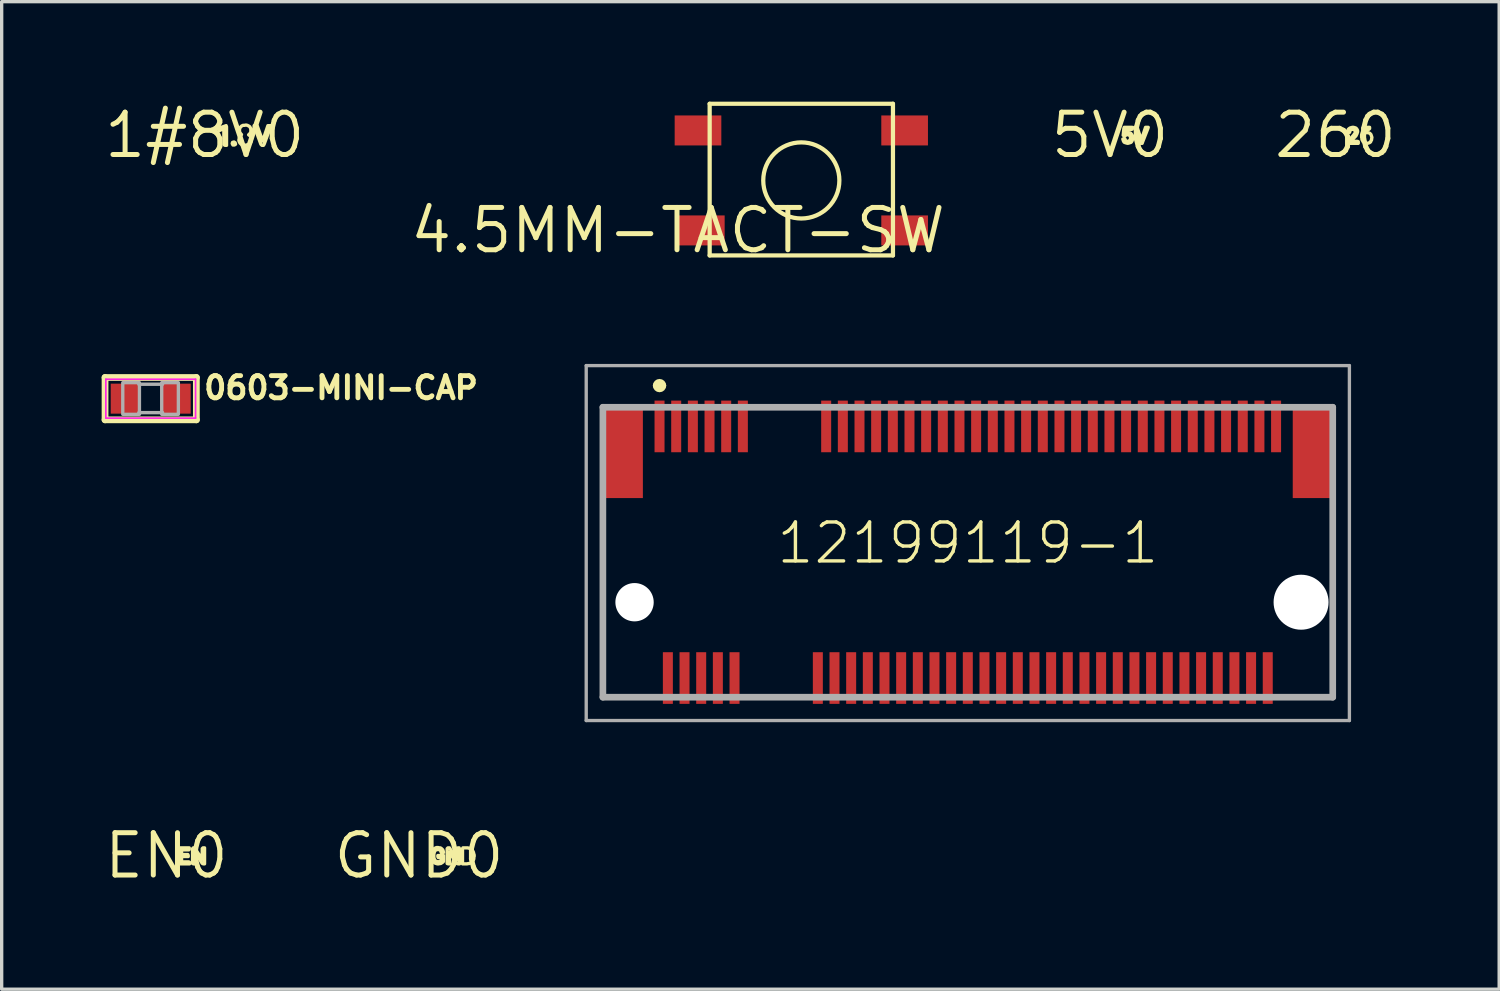
<source format=kicad_pcb>
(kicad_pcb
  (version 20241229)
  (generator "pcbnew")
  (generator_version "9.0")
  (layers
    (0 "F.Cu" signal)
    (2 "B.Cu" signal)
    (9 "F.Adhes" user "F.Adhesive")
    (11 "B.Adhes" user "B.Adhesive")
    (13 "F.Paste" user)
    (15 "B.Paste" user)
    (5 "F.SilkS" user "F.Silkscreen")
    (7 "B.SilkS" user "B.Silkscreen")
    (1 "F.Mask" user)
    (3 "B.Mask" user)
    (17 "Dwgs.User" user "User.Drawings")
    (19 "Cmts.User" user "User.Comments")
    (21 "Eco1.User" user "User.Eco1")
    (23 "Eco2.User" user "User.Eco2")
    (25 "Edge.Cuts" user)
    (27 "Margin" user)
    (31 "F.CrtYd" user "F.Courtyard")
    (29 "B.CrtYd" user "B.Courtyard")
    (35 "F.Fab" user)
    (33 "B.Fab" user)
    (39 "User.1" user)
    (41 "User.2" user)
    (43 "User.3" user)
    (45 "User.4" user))
  (footprint "4.5MM-TACT-SW"
    (layer "F.Cu")
    (at 17.294 3.864)
    (property "Reference" "4.5MM-TACT-SW" (at 0 0 0) (layer "F.SilkS") (effects (font (size 1.27 1.27) (thickness 0.15))))
    (fp_line (start 0.95 -3.8) (end 0.95 0.75) (stroke (width 0.127) (type solid)) (layer "F.SilkS"))
    (fp_line (start 0.95 -3.8) (end 6.45 -3.8) (stroke (width 0.127) (type solid)) (layer "F.SilkS"))
    (fp_line (start 0.95 0.75) (end 6.45 0.75) (stroke (width 0.127) (type solid)) (layer "F.SilkS"))
    (fp_line (start 6.45 -3.8) (end 6.45 0.75) (stroke (width 0.127) (type solid)) (layer "F.SilkS"))
    (fp_circle (center 3.7 -1.5) (end 4.842 -1.5) (stroke (width 0.127) (type solid)) (fill no) (layer "F.SilkS"))
    (pad "P1" smd rect (at 0.7 0) (size 1.4 0.9) (layers "F.Cu" "F.Mask" "F.Paste"))
    (pad "P2" smd rect (at 6.8 0) (size 1.4 0.9) (layers "F.Cu" "F.Mask" "F.Paste"))
    (pad "P3" smd rect (at 0.6 -3) (size 1.4 0.9) (layers "F.Cu" "F.Mask" "F.Paste"))
    (pad "P4" smd rect (at 6.8 -3) (size 1.4 0.9) (layers "F.Cu" "F.Mask" "F.Paste")))
  (footprint "5V0"
    (layer "F.Cu")
    (at 30.257 1.006)
    (property "Reference" "5V0" (at 0 0 0) (layer "F.SilkS") (effects (font (size 1.27 1.27) (thickness 0.15))))
    (fp_poly (pts (xy 0.94 0.144) (xy 1.066 -0.235) (xy 1.147 -0.235) (xy 1.135 -0.198) (xy 0.975 0.212) (xy 0.964 0.245) (xy 0.918 0.245) (xy 0.896 0.223) (xy 0.733 -0.235) (xy 0.814 -0.235)) (stroke (width 0.1) (type solid)) (fill no) (layer "F.SilkS"))
    (fp_poly (pts (xy 0.665 -0.188) (xy 0.652 -0.175) (xy 0.485 -0.175) (xy 0.475 -0.07) (xy 0.475 -0.067) (xy 0.499 -0.075) (xy 0.571 -0.075) (xy 0.613 -0.065) (xy 0.634 -0.043) (xy 0.675 0.018) (xy 0.685 0.049) (xy 0.685 0.091) (xy 0.675 0.121) (xy 0.665 0.162) (xy 0.654 0.183) (xy 0.633 0.214) (xy 0.602 0.225) (xy 0.571 0.235) (xy 0.53 0.245) (xy 0.489 0.235) (xy 0.458 0.225) (xy 0.427 0.214) (xy 0.405 0.182) (xy 0.395 0.152) (xy 0.384 0.117) (xy 0.409 0.105) (xy 0.444 0.105) (xy 0.455 0.138) (xy 0.474 0.166) (xy 0.502 0.185) (xy 0.529 0.185) (xy 0.567 0.175) (xy 0.605 0.137) (xy 0.615 0.099) (xy 0.615 0.061) (xy 0.605 0.032) (xy 0.587 0.004) (xy 0.529 -0.015) (xy 0.492 -0.015) (xy 0.473 0.004) (xy 0.44 0.015) (xy 0.395 0.004) (xy 0.415 -0.201) (xy 0.426 -0.235) (xy 0.665 -0.235)) (stroke (width 0.1) (type solid)) (fill no) (layer "F.SilkS")))
  (footprint "0603-MINI-CAP"
    (layer "F.Cu")
    (at 1.472 8.912)
    (property "Reference" "0603-MINI-CAP" (at 1.524 0.064 0) (layer "F.SilkS") (effects (font (size 0.666 0.666) (thickness 0.146)) (justify left bottom)))
    (fp_line (start -1.37 -0.635) (end 1.37 -0.635) (stroke (width 0.203) (type solid)) (layer "F.SilkS"))
    (fp_line (start -1.37 0.635) (end -1.37 -0.635) (stroke (width 0.203) (type solid)) (layer "F.SilkS"))
    (fp_line (start 1.37 -0.635) (end 1.37 0.635) (stroke (width 0.203) (type solid)) (layer "F.SilkS"))
    (fp_line (start 1.37 0.635) (end -1.37 0.635) (stroke (width 0.203) (type solid)) (layer "F.SilkS"))
    (fp_line (start -1.346 -0.583) (end 1.346 -0.583) (stroke (width 0.051) (type solid)) (layer "F.CrtYd"))
    (fp_line (start -1.346 0.583) (end -1.346 -0.583) (stroke (width 0.051) (type solid)) (layer "F.CrtYd"))
    (fp_line (start 1.346 -0.583) (end 1.346 0.583) (stroke (width 0.051) (type solid)) (layer "F.CrtYd"))
    (fp_line (start 1.346 0.583) (end -1.346 0.583) (stroke (width 0.051) (type solid)) (layer "F.CrtYd"))
    (fp_line (start -0.356 -0.432) (end 0.356 -0.432) (stroke (width 0.102) (type solid)) (layer "F.Fab"))
    (fp_line (start -0.356 0.419) (end 0.356 0.419) (stroke (width 0.102) (type solid)) (layer "F.Fab"))
    (fp_poly (pts (xy -0.838 0.47) (xy -0.338 0.47) (xy -0.338 -0.48) (xy -0.838 -0.48)) (stroke (width 0.1) (type solid)) (fill no) (layer "F.Fab"))
    (fp_poly (pts (xy 0.33 0.47) (xy 0.83 0.47) (xy 0.83 -0.48) (xy 0.33 -0.48)) (stroke (width 0.1) (type solid)) (fill no) (layer "F.Fab"))
    (pad "1" smd rect (at -0.75 0) (size 0.9 0.9) (layers "F.Cu" "F.Mask" "F.Paste"))
    (pad "2" smd rect (at 0.75 0) (size 0.9 0.9) (layers "F.Cu" "F.Mask" "F.Paste")))
  (footprint "GND0"
    (layer "F.Cu")
    (at 9.523 22.626)
    (property "Reference" "GND0" (at 0 0 0) (layer "F.SilkS") (effects (font (size 1.27 1.27) (thickness 0.15))))
    (fp_poly (pts (xy 0.934 -0.203) (xy 1.134 0.107) (xy 1.145 0.118) (xy 1.145 -0.212) (xy 1.168 -0.235) (xy 1.204 -0.235) (xy 1.215 -0.201) (xy 1.215 0.245) (xy 1.179 0.245) (xy 1.137 0.234) (xy 0.919 -0.102) (xy 0.915 -0.098) (xy 0.915 0.245) (xy 0.879 0.245) (xy 0.845 0.234) (xy 0.845 -0.212) (xy 0.868 -0.235) (xy 0.913 -0.235)) (stroke (width 0.1) (type solid)) (fill no) (layer "F.SilkS"))
    (fp_poly (pts (xy 1.501 -0.225) (xy 1.527 -0.216) (xy 1.528 -0.218) (xy 1.532 -0.215) (xy 1.537 -0.213) (xy 1.536 -0.212) (xy 1.563 -0.194) (xy 1.584 -0.174) (xy 1.604 -0.153) (xy 1.625 -0.122) (xy 1.635 -0.091) (xy 1.645 -0.051) (xy 1.655 -0.021) (xy 1.655 0.021) (xy 1.645 0.051) (xy 1.645 0.091) (xy 1.635 0.122) (xy 1.614 0.153) (xy 1.594 0.173) (xy 1.573 0.204) (xy 1.542 0.215) (xy 1.512 0.235) (xy 1.481 0.235) (xy 1.441 0.245) (xy 1.305 0.245) (xy 1.305 -0.211) (xy 1.317 -0.235) (xy 1.461 -0.235)) (stroke (width 0.1) (type solid)) (fill no) (layer "F.SilkS"))
    (fp_poly (pts (xy 0.611 -0.235) (xy 0.642 -0.235) (xy 0.673 -0.214) (xy 0.694 -0.194) (xy 0.714 -0.173) (xy 0.725 -0.141) (xy 0.736 -0.097) (xy 0.711 -0.085) (xy 0.666 -0.096) (xy 0.646 -0.157) (xy 0.618 -0.175) (xy 0.589 -0.185) (xy 0.551 -0.185) (xy 0.493 -0.166) (xy 0.474 -0.137) (xy 0.465 -0.118) (xy 0.455 -0.089) (xy 0.445 -0.049) (xy 0.445 0.059) (xy 0.465 0.118) (xy 0.484 0.146) (xy 0.512 0.165) (xy 0.57 0.185) (xy 0.609 0.175) (xy 0.638 0.175) (xy 0.665 0.157) (xy 0.665 0.063) (xy 0.649 0.055) (xy 0.577 0.055) (xy 0.565 0.031) (xy 0.565 -0.005) (xy 0.735 -0.005) (xy 0.735 0.172) (xy 0.713 0.194) (xy 0.652 0.235) (xy 0.621 0.235) (xy 0.591 0.245) (xy 0.549 0.245) (xy 0.518 0.235) (xy 0.488 0.225) (xy 0.457 0.204) (xy 0.426 0.184) (xy 0.405 0.152) (xy 0.395 0.122) (xy 0.385 0.092) (xy 0.375 0.061) (xy 0.375 -0.081) (xy 0.385 -0.121) (xy 0.396 -0.153) (xy 0.416 -0.173) (xy 0.437 -0.204) (xy 0.468 -0.215) (xy 0.498 -0.235) (xy 0.529 -0.245) (xy 0.571 -0.245)) (stroke (width 0.1) (type solid)) (fill no) (layer "F.SilkS")))
  (footprint "260"
    (layer "F.Cu")
    (at 37.021 1.006)
    (property "Reference" "260" (at 0 0 0) (layer "F.SilkS") (effects (font (size 1.27 1.27) (thickness 0.15))))
    (fp_poly (pts (xy 0.581 -0.225) (xy 0.613 -0.214) (xy 0.634 -0.193) (xy 0.655 -0.162) (xy 0.665 -0.131) (xy 0.665 -0.099) (xy 0.655 -0.068) (xy 0.645 -0.038) (xy 0.614 0.023) (xy 0.584 0.054) (xy 0.465 0.172) (xy 0.465 0.185) (xy 0.661 0.185) (xy 0.685 0.197) (xy 0.685 0.245) (xy 0.375 0.245) (xy 0.375 0.199) (xy 0.386 0.177) (xy 0.546 -0.003) (xy 0.566 -0.033) (xy 0.585 -0.053) (xy 0.595 -0.091) (xy 0.595 -0.118) (xy 0.576 -0.147) (xy 0.557 -0.166) (xy 0.529 -0.175) (xy 0.491 -0.175) (xy 0.463 -0.166) (xy 0.444 -0.147) (xy 0.424 -0.085) (xy 0.377 -0.085) (xy 0.365 -0.11) (xy 0.375 -0.142) (xy 0.386 -0.173) (xy 0.407 -0.194) (xy 0.438 -0.215) (xy 0.469 -0.225) (xy 0.509 -0.235) (xy 0.541 -0.235)) (stroke (width 0.1) (type solid)) (fill no) (layer "F.SilkS"))
    (fp_poly (pts (xy 1.025 -0.198) (xy 1.002 -0.175) (xy 0.971 -0.175) (xy 0.942 -0.165) (xy 0.913 -0.146) (xy 0.894 -0.127) (xy 0.875 -0.098) (xy 0.865 -0.069) (xy 0.858 -0.041) (xy 0.877 -0.054) (xy 0.908 -0.075) (xy 0.981 -0.075) (xy 1.012 -0.065) (xy 1.033 -0.054) (xy 1.064 -0.023) (xy 1.075 0.008) (xy 1.085 0.038) (xy 1.095 0.07) (xy 1.085 0.111) (xy 1.085 0.142) (xy 1.065 0.172) (xy 1.054 0.203) (xy 1.022 0.225) (xy 0.992 0.235) (xy 0.961 0.245) (xy 0.919 0.245) (xy 0.888 0.235) (xy 0.857 0.214) (xy 0.826 0.193) (xy 0.815 0.162) (xy 0.795 0.132) (xy 0.795 0.101) (xy 0.785 0.061) (xy 0.785 -0.011) (xy 0.795 -0.051) (xy 0.805 -0.082) (xy 0.815 -0.112) (xy 0.826 -0.143) (xy 0.846 -0.163) (xy 0.867 -0.194) (xy 0.898 -0.205) (xy 0.928 -0.225) (xy 0.959 -0.235) (xy 1.025 -0.235)) (stroke (width 0.1) (type solid)) (fill no) (layer "F.SilkS")))
  (footprint "EN0"
    (layer "F.Cu")
    (at 1.943 22.626)
    (property "Reference" "EN0" (at 0 0 0) (layer "F.SilkS") (effects (font (size 1.27 1.27) (thickness 0.15))))
    (fp_poly (pts (xy 0.864 -0.203) (xy 1.074 0.107) (xy 1.075 0.109) (xy 1.075 -0.212) (xy 1.098 -0.235) (xy 1.145 -0.235) (xy 1.145 0.245) (xy 1.109 0.245) (xy 1.077 0.234) (xy 0.859 -0.102) (xy 0.855 -0.098) (xy 0.855 0.245) (xy 0.809 0.245) (xy 0.785 0.233) (xy 0.785 -0.212) (xy 0.808 -0.235) (xy 0.843 -0.235)) (stroke (width 0.1) (type solid)) (fill no) (layer "F.SilkS"))
    (fp_poly (pts (xy 0.685 -0.188) (xy 0.672 -0.175) (xy 0.464 -0.175) (xy 0.455 -0.149) (xy 0.455 -0.052) (xy 0.472 -0.035) (xy 0.643 -0.035) (xy 0.655 -0.011) (xy 0.655 0.025) (xy 0.481 0.025) (xy 0.455 0.034) (xy 0.455 0.158) (xy 0.473 0.185) (xy 0.671 0.185) (xy 0.695 0.197) (xy 0.695 0.245) (xy 0.419 0.245) (xy 0.385 0.234) (xy 0.385 -0.212) (xy 0.408 -0.235) (xy 0.685 -0.235)) (stroke (width 0.1) (type solid)) (fill no) (layer "F.SilkS")))
  (footprint "1#8V0"
    (layer "F.Cu")
    (at 3.092 1.006)
    (property "Reference" "1#8V0" (at 0 0 0) (layer "F.SilkS") (effects (font (size 1.27 1.27) (thickness 0.15))))
    (fp_poly (pts (xy 0.914 0.227) (xy 0.926 0.272) (xy 0.892 0.295) (xy 0.847 0.295) (xy 0.825 0.25) (xy 0.836 0.216) (xy 0.881 0.205)) (stroke (width 0.1) (type solid)) (fill no) (layer "F.SilkS"))
    (fp_poly (pts (xy 0.655 -0.251) (xy 0.655 0.305) (xy 0.608 0.305) (xy 0.575 0.283) (xy 0.575 -0.176) (xy 0.55 -0.185) (xy 0.425 -0.133) (xy 0.425 -0.181) (xy 0.436 -0.214) (xy 0.643 -0.286)) (stroke (width 0.1) (type solid)) (fill no) (layer "F.SilkS"))
    (fp_poly (pts (xy 1.74 0.175) (xy 1.896 -0.285) (xy 1.987 -0.285) (xy 1.975 -0.248) (xy 1.784 0.272) (xy 1.763 0.305) (xy 1.718 0.305) (xy 1.686 0.273) (xy 1.483 -0.285) (xy 1.574 -0.285)) (stroke (width 0.1) (type solid)) (fill no) (layer "F.SilkS"))
    (fp_poly (pts (xy 1.282 -0.295) (xy 1.323 -0.274) (xy 1.354 -0.253) (xy 1.375 -0.212) (xy 1.385 -0.171) (xy 1.385 -0.099) (xy 1.364 -0.057) (xy 1.334 -0.026) (xy 1.318 -0.011) (xy 1.343 0.006) (xy 1.374 0.037) (xy 1.395 0.078) (xy 1.405 0.12) (xy 1.395 0.171) (xy 1.385 0.212) (xy 1.364 0.243) (xy 1.333 0.275) (xy 1.291 0.285) (xy 1.251 0.295) (xy 1.2 0.305) (xy 1.159 0.295) (xy 1.118 0.285) (xy 1.087 0.264) (xy 1.056 0.233) (xy 1.035 0.192) (xy 1.025 0.15) (xy 1.035 0.099) (xy 1.045 0.058) (xy 1.066 0.027) (xy 1.096 -0.003) (xy 1.104 -0.019) (xy 1.076 -0.047) (xy 1.055 -0.078) (xy 1.045 -0.119) (xy 1.045 -0.171) (xy 1.055 -0.212) (xy 1.076 -0.243) (xy 1.107 -0.274) (xy 1.149 -0.295) (xy 1.19 -0.295) (xy 1.24 -0.305)) (stroke (width 0.1) (type solid)) (fill no) (layer "F.SilkS")))
  (footprint "12199119-1"
    (layer "F.Cu")
    (at 25.99 13.245)
    (property "Reference" "12199119-1" (at 0 0 0) (layer "F.SilkS") (effects (font (size 1.168 1.168) (thickness 0.102))))
    (fp_line (start -10.95 -0.725) (end -10.95 4.625) (stroke (width 0.1) (type solid)) (layer "F.SilkS"))
    (fp_line (start -10.95 4.625) (end -10 4.625) (stroke (width 0.1) (type solid)) (layer "F.SilkS"))
    (fp_line (start -6 -4.075) (end -5 -4.075) (stroke (width 0.1) (type solid)) (layer "F.SilkS"))
    (fp_line (start -6 4.625) (end -5.5 4.625) (stroke (width 0.1) (type solid)) (layer "F.SilkS"))
    (fp_line (start 10 4.625) (end 10.95 4.625) (stroke (width 0.1) (type solid)) (layer "F.SilkS"))
    (fp_line (start 10.95 -0.725) (end 10.95 0.775) (stroke (width 0.1) (type solid)) (layer "F.SilkS"))
    (fp_line (start 10.95 4.625) (end 10.95 3.275) (stroke (width 0.1) (type solid)) (layer "F.SilkS"))
    (fp_arc (start -9.35 -4.725) (mid -9.25 -4.825) (end -9.15 -4.725) (stroke (width 0.2) (type solid)) (layer "F.SilkS"))
    (fp_arc (start -9.15 -4.725) (mid -9.25 -4.625) (end -9.35 -4.725) (stroke (width 0.2) (type solid)) (layer "F.SilkS"))
    (fp_line (start -11.45 -5.325) (end 11.45 -5.325) (stroke (width 0.1) (type solid)) (layer "F.Fab"))
    (fp_line (start -11.45 5.325) (end -11.45 -5.325) (stroke (width 0.1) (type solid)) (layer "F.Fab"))
    (fp_line (start -10.95 -4.075) (end 10.95 -4.075) (stroke (width 0.2) (type solid)) (layer "F.Fab"))
    (fp_line (start -10.95 4.625) (end -10.95 -4.075) (stroke (width 0.2) (type solid)) (layer "F.Fab"))
    (fp_line (start 10.95 -4.075) (end 10.95 4.625) (stroke (width 0.2) (type solid)) (layer "F.Fab"))
    (fp_line (start 10.95 4.625) (end -10.95 4.625) (stroke (width 0.2) (type solid)) (layer "F.Fab"))
    (fp_line (start 11.45 -5.325) (end 11.45 5.325) (stroke (width 0.1) (type solid)) (layer "F.Fab"))
    (fp_line (start 11.45 5.325) (end -11.45 5.325) (stroke (width 0.1) (type solid)) (layer "F.Fab"))
    (pad "" np_thru_hole circle (at -10 1.775) (size 1.15 1.15) (drill 1.15) (layers "*.Cu" "*.Mask"))
    (pad "" np_thru_hole circle (at 10 1.775) (size 1.65 1.65) (drill 1.65) (layers "*.Cu" "*.Mask"))
    (pad "1" smd rect (at -9.25 -3.5 90) (size 1.55 0.3) (layers "F.Cu" "F.Mask" "F.Paste"))
    (pad "2" smd rect (at -9 4.05 90) (size 1.55 0.3) (layers "F.Cu" "F.Mask" "F.Paste"))
    (pad "3" smd rect (at -8.75 -3.5 90) (size 1.55 0.3) (layers "F.Cu" "F.Mask" "F.Paste"))
    (pad "4" smd rect (at -8.5 4.05 90) (size 1.55 0.3) (layers "F.Cu" "F.Mask" "F.Paste"))
    (pad "5" smd rect (at -8.25 -3.5 90) (size 1.55 0.3) (layers "F.Cu" "F.Mask" "F.Paste"))
    (pad "6" smd rect (at -8 4.05 90) (size 1.55 0.3) (layers "F.Cu" "F.Mask" "F.Paste"))
    (pad "7" smd rect (at -7.75 -3.5 90) (size 1.55 0.3) (layers "F.Cu" "F.Mask" "F.Paste"))
    (pad "8" smd rect (at -7.5 4.05 90) (size 1.55 0.3) (layers "F.Cu" "F.Mask" "F.Paste"))
    (pad "9" smd rect (at -7.25 -3.5 90) (size 1.55 0.3) (layers "F.Cu" "F.Mask" "F.Paste"))
    (pad "10" smd rect (at -7 4.05 90) (size 1.55 0.3) (layers "F.Cu" "F.Mask" "F.Paste"))
    (pad "11" smd rect (at -6.75 -3.5 90) (size 1.55 0.3) (layers "F.Cu" "F.Mask" "F.Paste"))
    (pad "20" smd rect (at -4.5 4.05 90) (size 1.55 0.3) (layers "F.Cu" "F.Mask" "F.Paste"))
    (pad "21" smd rect (at -4.25 -3.5 90) (size 1.55 0.3) (layers "F.Cu" "F.Mask" "F.Paste"))
    (pad "22" smd rect (at -4 4.05 90) (size 1.55 0.3) (layers "F.Cu" "F.Mask" "F.Paste"))
    (pad "23" smd rect (at -3.75 -3.5 90) (size 1.55 0.3) (layers "F.Cu" "F.Mask" "F.Paste"))
    (pad "24" smd rect (at -3.5 4.05 90) (size 1.55 0.3) (layers "F.Cu" "F.Mask" "F.Paste"))
    (pad "25" smd rect (at -3.25 -3.5 90) (size 1.55 0.3) (layers "F.Cu" "F.Mask" "F.Paste"))
    (pad "26" smd rect (at -3 4.05 90) (size 1.55 0.3) (layers "F.Cu" "F.Mask" "F.Paste"))
    (pad "27" smd rect (at -2.75 -3.5 90) (size 1.55 0.3) (layers "F.Cu" "F.Mask" "F.Paste"))
    (pad "28" smd rect (at -2.5 4.05 90) (size 1.55 0.3) (layers "F.Cu" "F.Mask" "F.Paste"))
    (pad "29" smd rect (at -2.25 -3.5 90) (size 1.55 0.3) (layers "F.Cu" "F.Mask" "F.Paste"))
    (pad "30" smd rect (at -2 4.05 90) (size 1.55 0.3) (layers "F.Cu" "F.Mask" "F.Paste"))
    (pad "31" smd rect (at -1.75 -3.5 90) (size 1.55 0.3) (layers "F.Cu" "F.Mask" "F.Paste"))
    (pad "32" smd rect (at -1.5 4.05 90) (size 1.55 0.3) (layers "F.Cu" "F.Mask" "F.Paste"))
    (pad "33" smd rect (at -1.25 -3.5 90) (size 1.55 0.3) (layers "F.Cu" "F.Mask" "F.Paste"))
    (pad "34" smd rect (at -1 4.05 90) (size 1.55 0.3) (layers "F.Cu" "F.Mask" "F.Paste"))
    (pad "35" smd rect (at -0.75 -3.5 90) (size 1.55 0.3) (layers "F.Cu" "F.Mask" "F.Paste"))
    (pad "36" smd rect (at -0.5 4.05 90) (size 1.55 0.3) (layers "F.Cu" "F.Mask" "F.Paste"))
    (pad "37" smd rect (at -0.25 -3.5 90) (size 1.55 0.3) (layers "F.Cu" "F.Mask" "F.Paste"))
    (pad "38" smd rect (at 0 4.05 90) (size 1.55 0.3) (layers "F.Cu" "F.Mask" "F.Paste"))
    (pad "39" smd rect (at 0.25 -3.5 90) (size 1.55 0.3) (layers "F.Cu" "F.Mask" "F.Paste"))
    (pad "40" smd rect (at 0.5 4.05 90) (size 1.55 0.3) (layers "F.Cu" "F.Mask" "F.Paste"))
    (pad "41" smd rect (at 0.75 -3.5 90) (size 1.55 0.3) (layers "F.Cu" "F.Mask" "F.Paste"))
    (pad "42" smd rect (at 1 4.05 90) (size 1.55 0.3) (layers "F.Cu" "F.Mask" "F.Paste"))
    (pad "43" smd rect (at 1.25 -3.5 90) (size 1.55 0.3) (layers "F.Cu" "F.Mask" "F.Paste"))
    (pad "44" smd rect (at 1.5 4.05 90) (size 1.55 0.3) (layers "F.Cu" "F.Mask" "F.Paste"))
    (pad "45" smd rect (at 1.75 -3.5 90) (size 1.55 0.3) (layers "F.Cu" "F.Mask" "F.Paste"))
    (pad "46" smd rect (at 2 4.05 90) (size 1.55 0.3) (layers "F.Cu" "F.Mask" "F.Paste"))
    (pad "47" smd rect (at 2.25 -3.5 90) (size 1.55 0.3) (layers "F.Cu" "F.Mask" "F.Paste"))
    (pad "48" smd rect (at 2.5 4.05 90) (size 1.55 0.3) (layers "F.Cu" "F.Mask" "F.Paste"))
    (pad "49" smd rect (at 2.75 -3.5 90) (size 1.55 0.3) (layers "F.Cu" "F.Mask" "F.Paste"))
    (pad "50" smd rect (at 3 4.05 90) (size 1.55 0.3) (layers "F.Cu" "F.Mask" "F.Paste"))
    (pad "51" smd rect (at 3.25 -3.5 90) (size 1.55 0.3) (layers "F.Cu" "F.Mask" "F.Paste"))
    (pad "52" smd rect (at 3.5 4.05 90) (size 1.55 0.3) (layers "F.Cu" "F.Mask" "F.Paste"))
    (pad "53" smd rect (at 3.75 -3.5 90) (size 1.55 0.3) (layers "F.Cu" "F.Mask" "F.Paste"))
    (pad "54" smd rect (at 4 4.05 90) (size 1.55 0.3) (layers "F.Cu" "F.Mask" "F.Paste"))
    (pad "55" smd rect (at 4.25 -3.5 90) (size 1.55 0.3) (layers "F.Cu" "F.Mask" "F.Paste"))
    (pad "56" smd rect (at 4.5 4.05 90) (size 1.55 0.3) (layers "F.Cu" "F.Mask" "F.Paste"))
    (pad "57" smd rect (at 4.75 -3.5 90) (size 1.55 0.3) (layers "F.Cu" "F.Mask" "F.Paste"))
    (pad "58" smd rect (at 5 4.05 90) (size 1.55 0.3) (layers "F.Cu" "F.Mask" "F.Paste"))
    (pad "59" smd rect (at 5.25 -3.5 90) (size 1.55 0.3) (layers "F.Cu" "F.Mask" "F.Paste"))
    (pad "60" smd rect (at 5.5 4.05 90) (size 1.55 0.3) (layers "F.Cu" "F.Mask" "F.Paste"))
    (pad "61" smd rect (at 5.75 -3.5 90) (size 1.55 0.3) (layers "F.Cu" "F.Mask" "F.Paste"))
    (pad "62" smd rect (at 6 4.05 90) (size 1.55 0.3) (layers "F.Cu" "F.Mask" "F.Paste"))
    (pad "63" smd rect (at 6.25 -3.5 90) (size 1.55 0.3) (layers "F.Cu" "F.Mask" "F.Paste"))
    (pad "64" smd rect (at 6.5 4.05 90) (size 1.55 0.3) (layers "F.Cu" "F.Mask" "F.Paste"))
    (pad "65" smd rect (at 6.75 -3.5 90) (size 1.55 0.3) (layers "F.Cu" "F.Mask" "F.Paste"))
    (pad "66" smd rect (at 7 4.05 90) (size 1.55 0.3) (layers "F.Cu" "F.Mask" "F.Paste"))
    (pad "67" smd rect (at 7.25 -3.5 90) (size 1.55 0.3) (layers "F.Cu" "F.Mask" "F.Paste"))
    (pad "68" smd rect (at 7.5 4.05 90) (size 1.55 0.3) (layers "F.Cu" "F.Mask" "F.Paste"))
    (pad "69" smd rect (at 7.75 -3.5 90) (size 1.55 0.3) (layers "F.Cu" "F.Mask" "F.Paste"))
    (pad "70" smd rect (at 8 4.05 90) (size 1.55 0.3) (layers "F.Cu" "F.Mask" "F.Paste"))
    (pad "71" smd rect (at 8.25 -3.5 90) (size 1.55 0.3) (layers "F.Cu" "F.Mask" "F.Paste"))
    (pad "72" smd rect (at 8.5 4.05 90) (size 1.55 0.3) (layers "F.Cu" "F.Mask" "F.Paste"))
    (pad "73" smd rect (at 8.75 -3.5 90) (size 1.55 0.3) (layers "F.Cu" "F.Mask" "F.Paste"))
    (pad "74" smd rect (at 9 4.05 90) (size 1.55 0.3) (layers "F.Cu" "F.Mask" "F.Paste"))
    (pad "75" smd rect (at 9.25 -3.5 90) (size 1.55 0.3) (layers "F.Cu" "F.Mask" "F.Paste"))
    (pad "MP1" smd rect (at -10.35 -2.725 90) (size 2.75 1.2) (layers "F.Cu" "F.Mask" "F.Paste"))
    (pad "MP2" smd rect (at 10.35 -2.725 90) (size 2.75 1.2) (layers "F.Cu" "F.Mask" "F.Paste")))
  (gr_rect
    (start -3 -3)
    (end 41.934 26.632)
    (stroke (width 0.1) (type default))
    (fill no)
    (layer "Edge.Cuts")))
</source>
